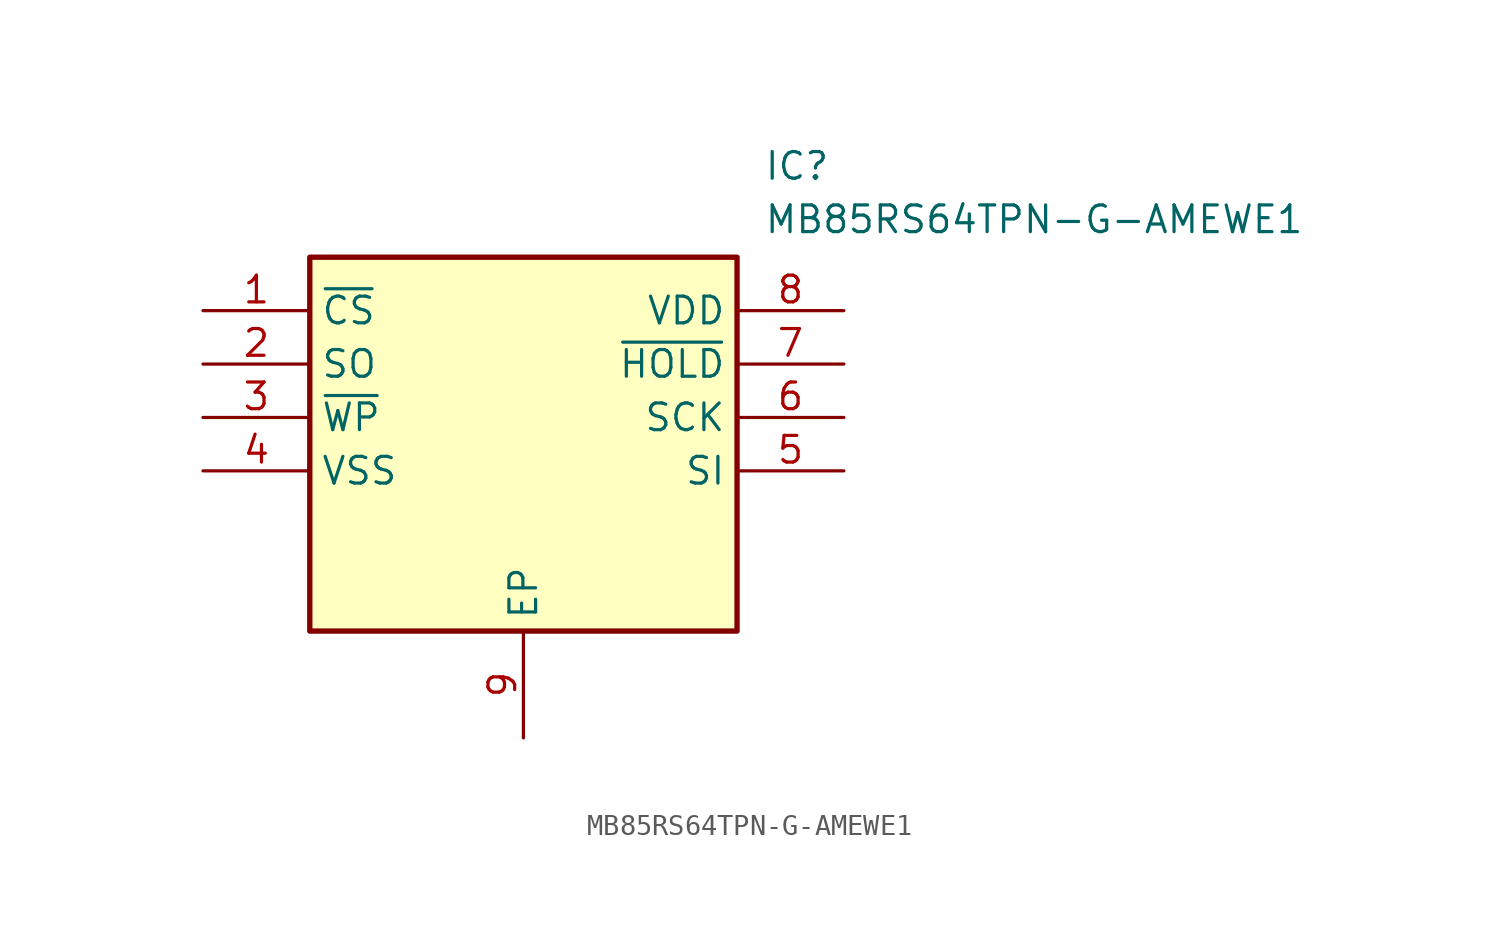
<source format=kicad_sym>
(kicad_symbol_lib
  (version 20211014)
  (generator SamacSys_ECAD_Model)
  (symbol "MB85RS64TPN-G-AMEWE1"
    (property "Reference" "IC"
      (at 26.67 7.62 0)
      (effects (font (size 1.27 1.27)) (justify left top)))
    (property "Value" "MB85RS64TPN-G-AMEWE1"
      (at 26.67 5.08 0)
      (effects (font (size 1.27 1.27)) (justify left top)))
    (rectangle
      (start 5.08 2.54)
      (end 25.4 -15.24)
      (stroke (width 0.254) (type default))
      (fill (type background)))
    (pin passive line
      (at 0 0 0)
      (length 5.08)
      (name "~{CS}" (effects (font (size 1.27 1.27))))
      (number "1" (effects (font (size 1.27 1.27)))))
    (pin passive line
      (at 0 -2.54 0)
      (length 5.08)
      (name "SO" (effects (font (size 1.27 1.27))))
      (number "2" (effects (font (size 1.27 1.27)))))
    (pin passive line
      (at 0 -5.08 0)
      (length 5.08)
      (name "~{WP}" (effects (font (size 1.27 1.27))))
      (number "3" (effects (font (size 1.27 1.27)))))
    (pin passive line
      (at 0 -7.62 0)
      (length 5.08)
      (name "VSS" (effects (font (size 1.27 1.27))))
      (number "4" (effects (font (size 1.27 1.27)))))
    (pin passive line
      (at 15.24 -20.32 90)
      (length 5.08)
      (name "EP" (effects (font (size 1.27 1.27))))
      (number "9" (effects (font (size 1.27 1.27)))))
    (pin passive line
      (at 30.48 0 180)
      (length 5.08)
      (name "VDD" (effects (font (size 1.27 1.27))))
      (number "8" (effects (font (size 1.27 1.27)))))
    (pin passive line
      (at 30.48 -2.54 180)
      (length 5.08)
      (name "~{HOLD}" (effects (font (size 1.27 1.27))))
      (number "7" (effects (font (size 1.27 1.27)))))
    (pin passive line
      (at 30.48 -5.08 180)
      (length 5.08)
      (name "SCK" (effects (font (size 1.27 1.27))))
      (number "6" (effects (font (size 1.27 1.27)))))
    (pin passive line
      (at 30.48 -7.62 180)
      (length 5.08)
      (name "SI" (effects (font (size 1.27 1.27))))
      (number "5" (effects (font (size 1.27 1.27)))))))
</source>
